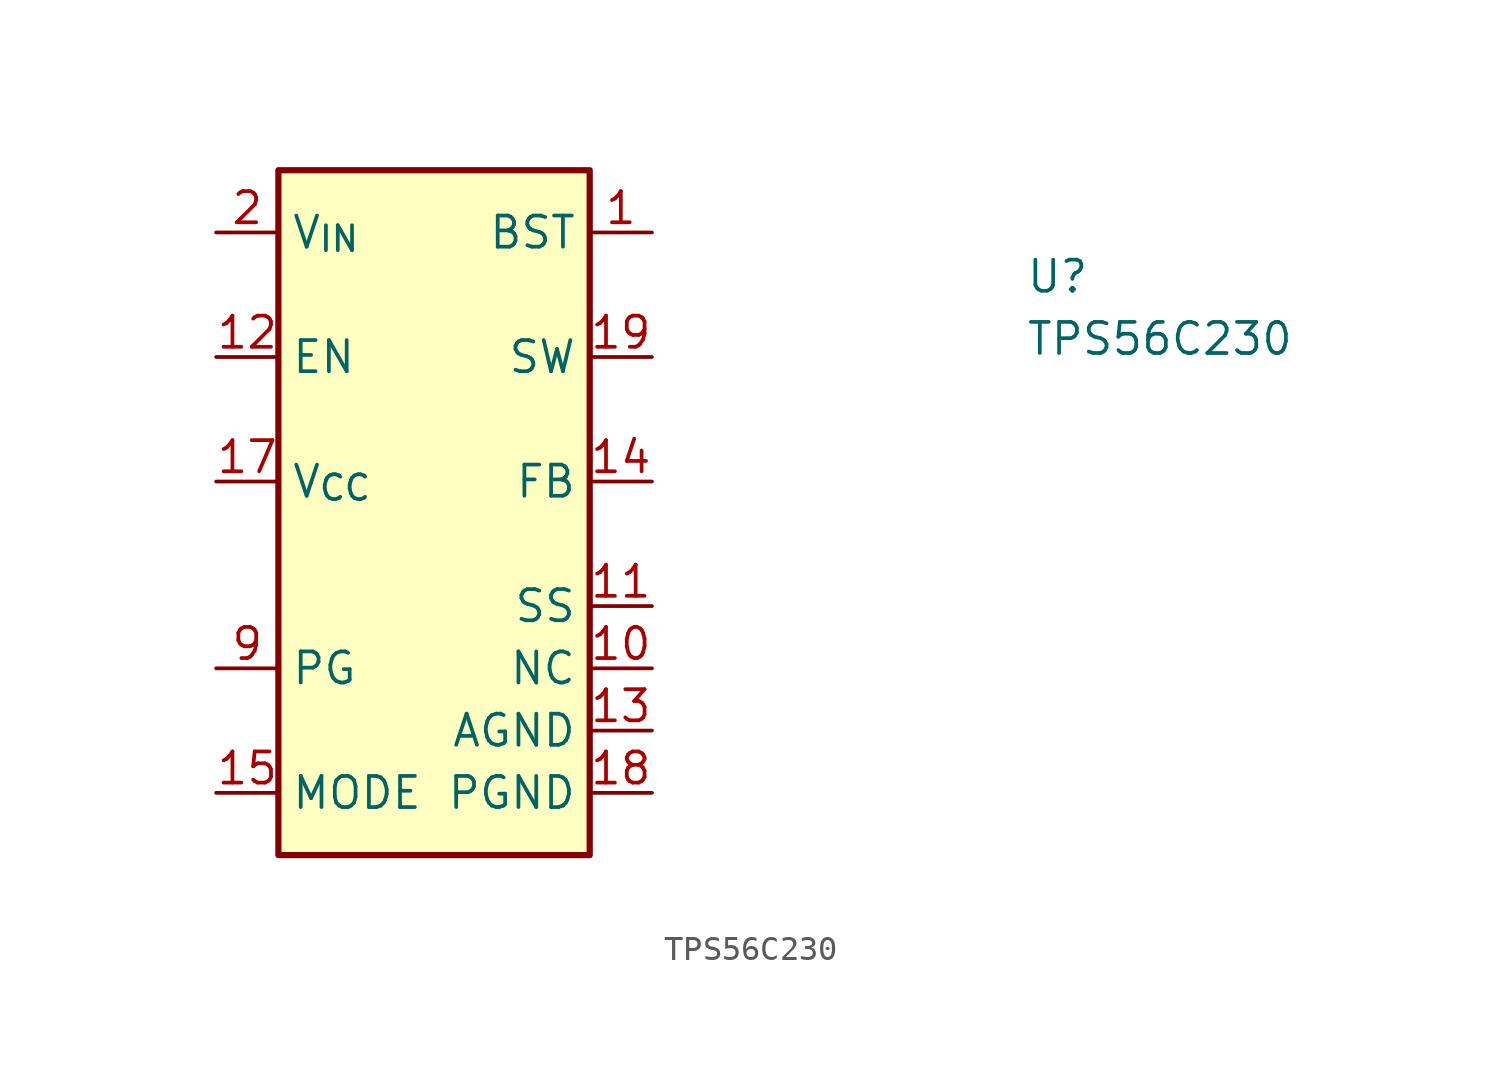
<source format=kicad_sym>
(kicad_symbol_lib
  (version 20211014)
  (generator kicad_symbol_editor)
  (symbol "TPS56C230"
    (property "Reference" "U"
      (at 33.02 -2.54 0)
      (effects (font (size 1.27 1.27) (thickness 0.15)) (justify left bottom)))
    (property "Value" "TPS56C230"
      (at 33.02 -5.08 0)
      (effects (font (size 1.27 1.27) (thickness 0.15)) (justify left bottom)))
    (symbol "TPS56C230_1_1"
      (rectangle (start 2.54 2.54) (end 15.24 -25.4) (stroke (width 0.254) (type default) (color 0 0 0 0)) (fill (type background)))
      (pin passive line (at 17.78 0 180) (length 2.54) (name "BST" (effects (font (size 1.27 1.27)))) (number "1" (effects (font (size 1.27 1.27)))))
      (pin free line (at 17.78 -17.78 180) (length 2.54) (name "NC" (effects (font (size 1.27 1.27)))) (number "10" (effects (font (size 1.27 1.27)))))
      (pin passive line (at 17.78 -15.24 180) (length 2.54) (name "SS" (effects (font (size 1.27 1.27)))) (number "11" (effects (font (size 1.27 1.27)))))
      (pin passive line (at 0 -5.08 0) (length 2.54) (name "EN" (effects (font (size 1.27 1.27)))) (number "12" (effects (font (size 1.27 1.27)))))
      (pin passive line (at 17.78 -20.32 180) (length 2.54) (name "AGND" (effects (font (size 1.27 1.27)))) (number "13" (effects (font (size 1.27 1.27)))))
      (pin passive line (at 17.78 -10.16 180) (length 2.54) (name "FB" (effects (font (size 1.27 1.27)))) (number "14" (effects (font (size 1.27 1.27)))))
      (pin passive line (at 0 -22.86 0) (length 2.54) (name "MODE" (effects (font (size 1.27 1.27)))) (number "15" (effects (font (size 1.27 1.27)))))
      (pin free line (at 17.78 -17.78 180) (length 2.54) hide (name "NC" (effects (font (size 1.27 1.27)))) (number "16" (effects (font (size 1.27 1.27)))))
      (pin passive line (at 0 -10.16 0) (length 2.54) (name "V_{CC}" (effects (font (size 1.27 1.27)))) (number "17" (effects (font (size 1.27 1.27)))))
      (pin passive line (at 17.78 -22.86 180) (length 2.54) (name "PGND" (effects (font (size 1.27 1.27)))) (number "18" (effects (font (size 1.27 1.27)))))
      (pin passive line (at 17.78 -5.08 180) (length 2.54) (name "SW" (effects (font (size 1.27 1.27)))) (number "19" (effects (font (size 1.27 1.27)))))
      (pin power_in line (at 0 0 0) (length 2.54) (name "V_{IN}" (effects (font (size 1.27 1.27)))) (number "2" (effects (font (size 1.27 1.27)))))
      (pin passive line (at 17.78 -5.08 180) (length 2.54) hide (name "SW" (effects (font (size 1.27 1.27)))) (number "20" (effects (font (size 1.27 1.27)))))
      (pin passive line (at 17.78 -22.86 180) (length 2.54) hide (name "PGND" (effects (font (size 1.27 1.27)))) (number "21" (effects (font (size 1.27 1.27)))))
      (pin passive line (at 0 0 0) (length 2.54) hide (name "V_{IN}" (effects (font (size 1.27 1.27)))) (number "3" (effects (font (size 1.27 1.27)))))
      (pin passive line (at 0 0 0) (length 2.54) hide (name "V_{IN}" (effects (font (size 1.27 1.27)))) (number "4" (effects (font (size 1.27 1.27)))))
      (pin passive line (at 0 0 0) (length 2.54) hide (name "V_{IN}" (effects (font (size 1.27 1.27)))) (number "5" (effects (font (size 1.27 1.27)))))
      (pin passive line (at 17.78 -5.08 180) (length 2.54) hide (name "SW" (effects (font (size 1.27 1.27)))) (number "6" (effects (font (size 1.27 1.27)))))
      (pin passive line (at 17.78 -22.86 180) (length 2.54) hide (name "PGND" (effects (font (size 1.27 1.27)))) (number "7" (effects (font (size 1.27 1.27)))))
      (pin passive line (at 17.78 -22.86 180) (length 2.54) hide (name "PGND" (effects (font (size 1.27 1.27)))) (number "8" (effects (font (size 1.27 1.27)))))
      (pin passive line (at 0 -17.78 0) (length 2.54) (name "PG" (effects (font (size 1.27 1.27)))) (number "9" (effects (font (size 1.27 1.27))))))))
</source>
